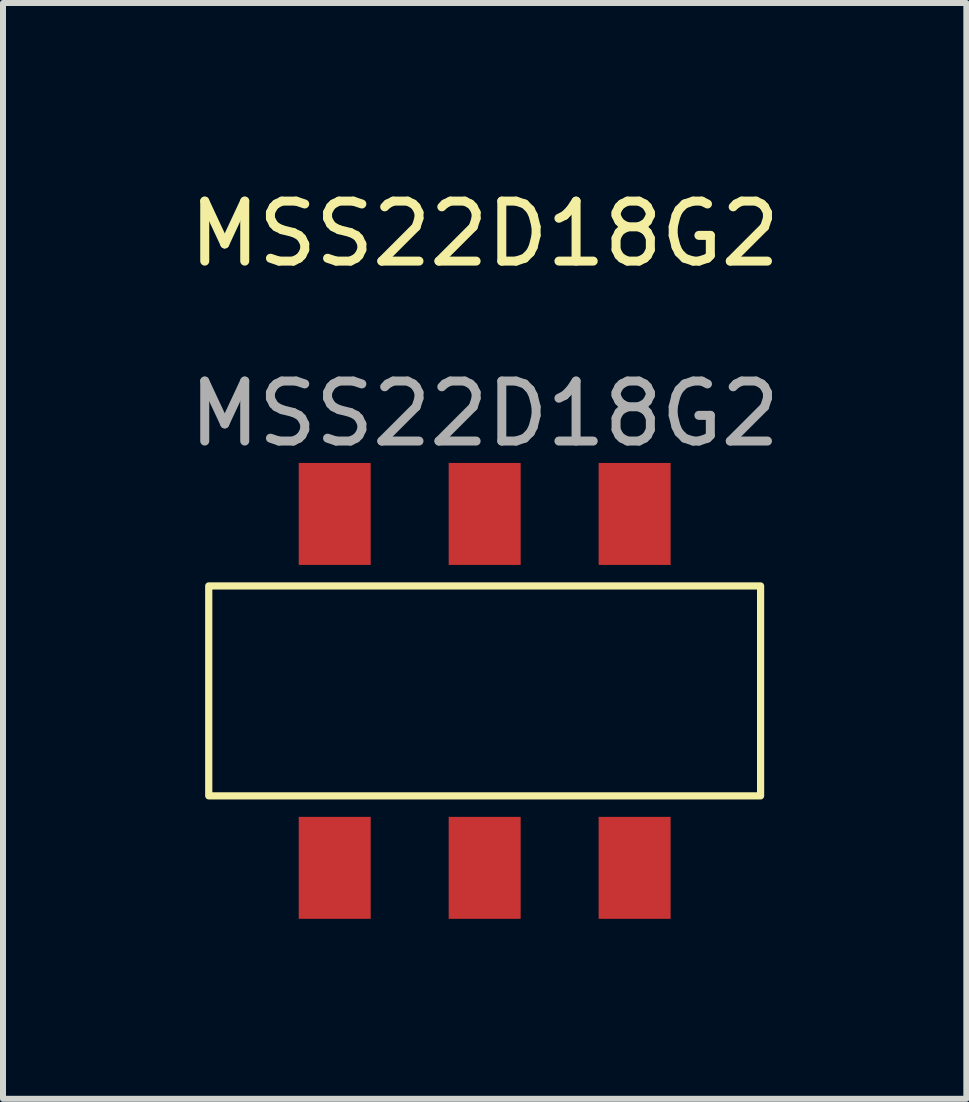
<source format=kicad_pcb>
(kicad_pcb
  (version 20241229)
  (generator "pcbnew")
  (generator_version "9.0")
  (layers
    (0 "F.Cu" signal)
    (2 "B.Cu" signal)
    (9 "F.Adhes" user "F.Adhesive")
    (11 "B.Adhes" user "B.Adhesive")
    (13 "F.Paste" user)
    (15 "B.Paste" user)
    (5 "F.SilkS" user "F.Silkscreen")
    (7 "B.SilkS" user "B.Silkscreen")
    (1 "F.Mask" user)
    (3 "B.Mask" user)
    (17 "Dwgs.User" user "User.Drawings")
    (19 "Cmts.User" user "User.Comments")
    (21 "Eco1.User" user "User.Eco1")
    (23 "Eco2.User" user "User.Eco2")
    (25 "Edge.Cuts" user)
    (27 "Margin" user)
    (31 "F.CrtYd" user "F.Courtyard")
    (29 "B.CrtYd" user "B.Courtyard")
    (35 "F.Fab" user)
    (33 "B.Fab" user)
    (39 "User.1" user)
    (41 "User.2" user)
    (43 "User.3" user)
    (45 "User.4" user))
  (footprint "MSS22D18G2"
    (layer "F.Cu")
    (at 5.03 8.468)
    (property "Reference" "MSS22D18G2" (at 0 -7.62 0) (unlocked yes) (layer "F.SilkS") (effects (font (size 1 1) (thickness 0.15))))
    (attr smd)
    (fp_rect (start -4.6 -1.75) (end 4.6 1.75) (stroke (width 0.12) (type solid)) (fill no) (layer "F.SilkS"))
    (fp_text user "${REFERENCE}" (at 0 -4.62 0) (unlocked yes) (layer "F.Fab") (effects (font (size 1 1) (thickness 0.15))))
    (pad "1" smd rect (at -2.5 -2.95 90) (size 1.7 1.2) (layers "F.Cu" "F.Mask" "F.Paste"))
    (pad "2" smd rect (at 0 -2.95 90) (size 1.7 1.2) (layers "F.Cu" "F.Mask" "F.Paste"))
    (pad "3" smd rect (at 2.5 -2.95 90) (size 1.7 1.2) (layers "F.Cu" "F.Mask" "F.Paste"))
    (pad "4" smd rect (at -2.5 2.95 90) (size 1.7 1.2) (layers "F.Cu" "F.Mask" "F.Paste"))
    (pad "5" smd rect (at 0 2.95 90) (size 1.7 1.2) (layers "F.Cu" "F.Mask" "F.Paste"))
    (pad "6" smd rect (at 2.5 2.95 90) (size 1.7 1.2) (layers "F.Cu" "F.Mask" "F.Paste")))
  (gr_rect
    (start -3 -3)
    (end 13.06 15.268)
    (stroke (width 0.1) (type default))
    (fill no)
    (layer "Edge.Cuts")))
</source>
